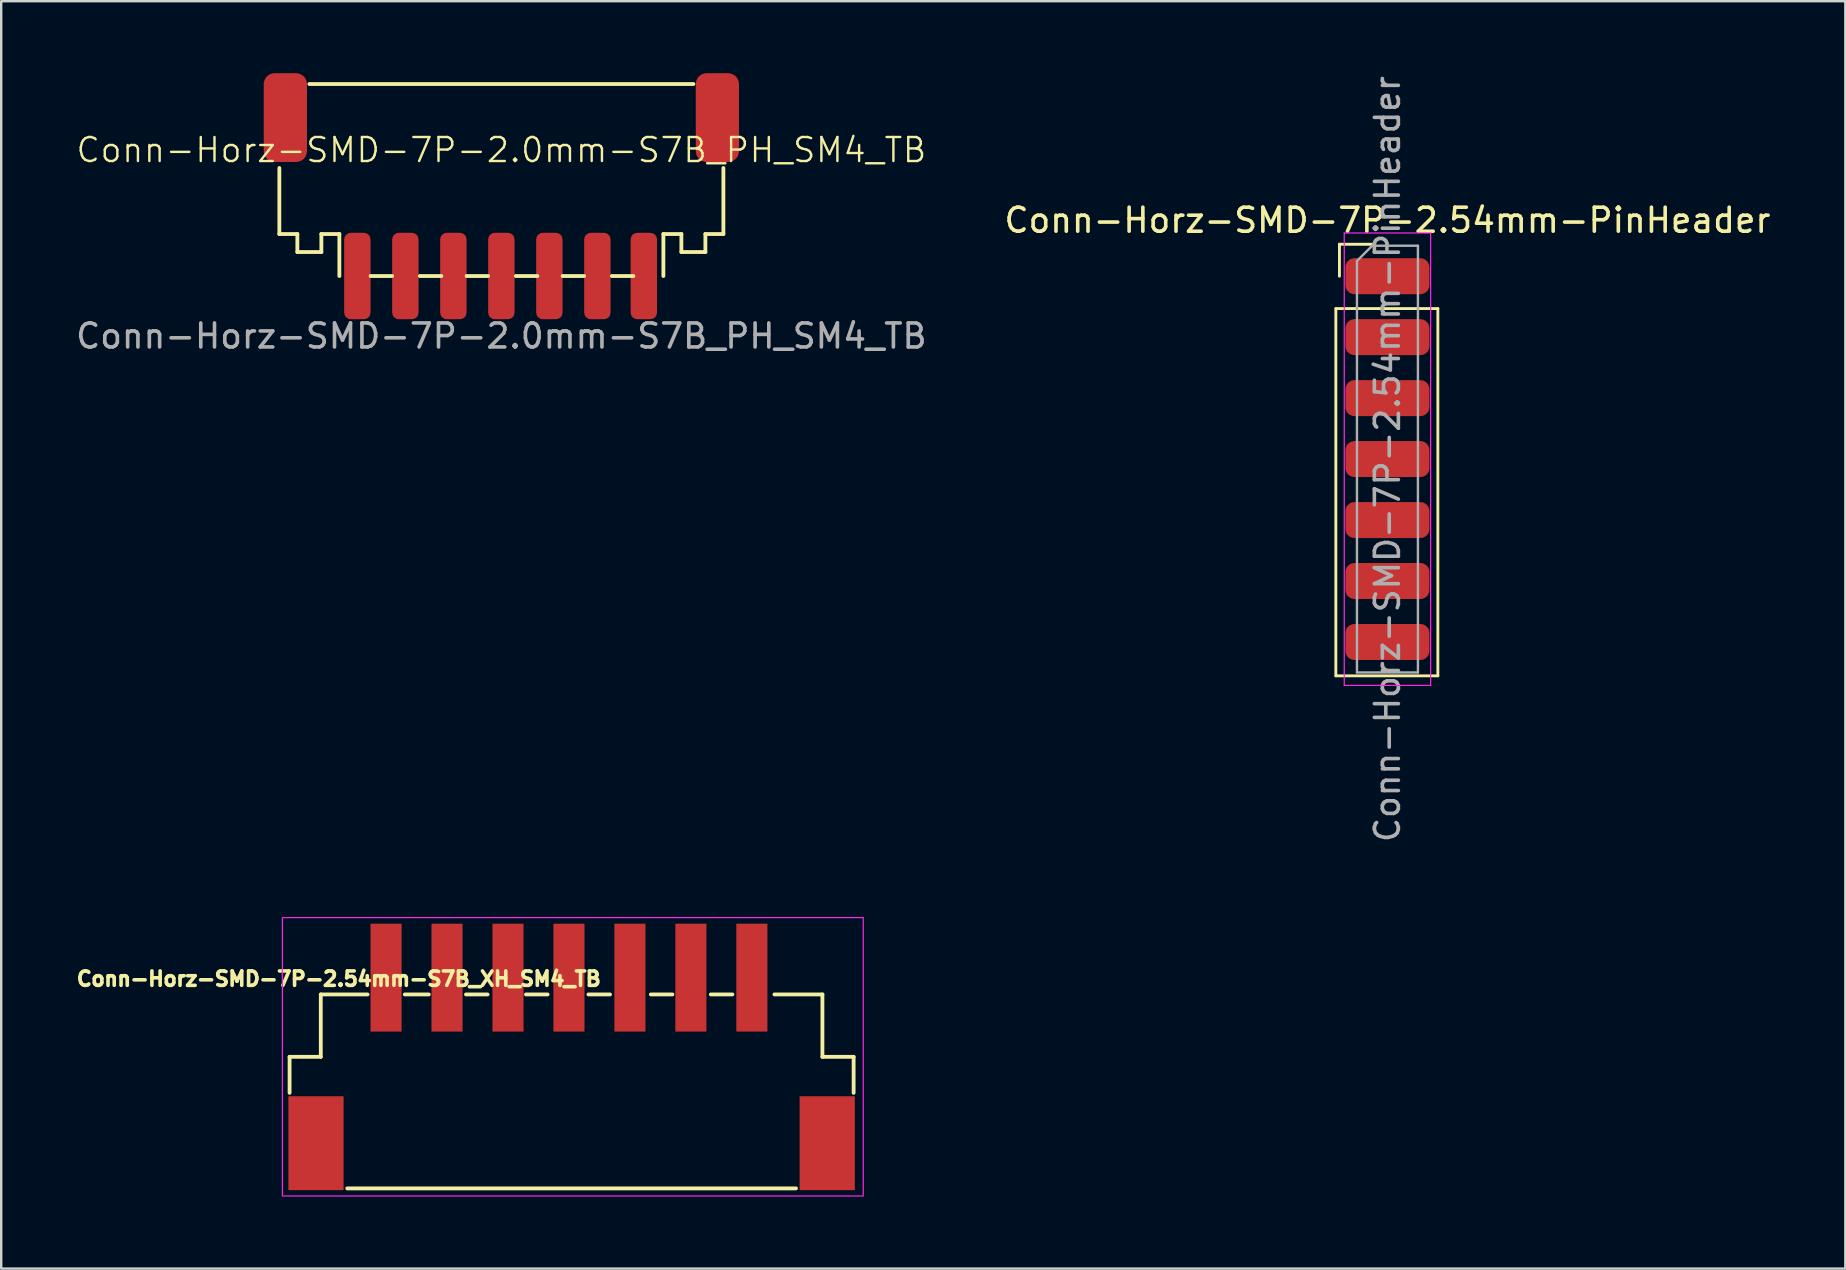
<source format=kicad_pcb>
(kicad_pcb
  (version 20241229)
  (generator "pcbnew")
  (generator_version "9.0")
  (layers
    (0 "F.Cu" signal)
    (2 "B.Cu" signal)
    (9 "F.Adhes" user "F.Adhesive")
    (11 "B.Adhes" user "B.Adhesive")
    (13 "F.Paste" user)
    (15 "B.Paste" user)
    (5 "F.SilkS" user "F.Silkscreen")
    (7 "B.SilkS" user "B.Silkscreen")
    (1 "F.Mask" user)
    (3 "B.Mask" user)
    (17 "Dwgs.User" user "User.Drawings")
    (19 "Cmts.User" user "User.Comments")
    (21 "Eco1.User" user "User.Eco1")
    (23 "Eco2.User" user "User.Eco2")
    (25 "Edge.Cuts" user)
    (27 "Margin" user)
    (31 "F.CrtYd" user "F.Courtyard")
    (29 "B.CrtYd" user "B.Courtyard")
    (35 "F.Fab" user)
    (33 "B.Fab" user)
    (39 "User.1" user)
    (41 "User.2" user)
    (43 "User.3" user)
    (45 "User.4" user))
  (footprint "Conn-Horz-SMD-7P-2.54mm-S7B_XH_SM4_TB"
    (layer "F.Cu")
    (at 20.715 42.58)
    (property "Reference" "Conn-Horz-SMD-7P-2.54mm-S7B_XH_SM4_TB" (at -9.65 -4.848 0) (layer "F.SilkS") (effects (font (size 0.6 0.6) (thickness 0.15))))
    (attr smd)
    (fp_line (start -11.7 -1.598) (end -11.7 -0.098) (stroke (width 0.159) (type solid)) (layer "F.SilkS"))
    (fp_line (start -11.7 -1.598) (end -10.4 -1.598) (stroke (width 0.159) (type solid)) (layer "F.SilkS"))
    (fp_line (start -10.4 -4.198) (end -8.45 -4.198) (stroke (width 0.159) (type solid)) (layer "F.SilkS"))
    (fp_line (start -10.4 -1.598) (end -10.4 -4.198) (stroke (width 0.159) (type solid)) (layer "F.SilkS"))
    (fp_line (start -9.3 3.883) (end 9.4 3.883) (stroke (width 0.159) (type solid)) (layer "F.SilkS"))
    (fp_line (start -6.9 -4.198) (end -5.9 -4.198) (stroke (width 0.159) (type solid)) (layer "F.SilkS"))
    (fp_line (start -4.35 -4.198) (end -3.45 -4.198) (stroke (width 0.159) (type solid)) (layer "F.SilkS"))
    (fp_line (start -1.85 -4.198) (end -0.95 -4.198) (stroke (width 0.159) (type solid)) (layer "F.SilkS"))
    (fp_line (start 0.75 -4.198) (end 1.65 -4.198) (stroke (width 0.159) (type solid)) (layer "F.SilkS"))
    (fp_line (start 3.35 -4.198) (end 4.25 -4.198) (stroke (width 0.159) (type solid)) (layer "F.SilkS"))
    (fp_line (start 5.85 -4.198) (end 6.75 -4.198) (stroke (width 0.159) (type solid)) (layer "F.SilkS"))
    (fp_line (start 10.5 -4.198) (end 8.5 -4.198) (stroke (width 0.159) (type solid)) (layer "F.SilkS"))
    (fp_line (start 10.5 -1.598) (end 10.5 -4.198) (stroke (width 0.159) (type solid)) (layer "F.SilkS"))
    (fp_line (start 11.8 -1.598) (end 10.5 -1.598) (stroke (width 0.159) (type solid)) (layer "F.SilkS"))
    (fp_line (start 11.8 -1.598) (end 11.8 -0.098) (stroke (width 0.159) (type solid)) (layer "F.SilkS"))
    (fp_rect (start -12 -7.4) (end 12.2 4.2) (stroke (width 0.05) (type solid)) (fill no) (layer "F.CrtYd"))
    (pad "1" smd rect (at -7.68 -4.898) (size 1.295 4.496) (layers "F.Cu" "F.Mask" "F.Paste"))
    (pad "2" smd rect (at -5.14 -4.898) (size 1.295 4.496) (layers "F.Cu" "F.Mask" "F.Paste"))
    (pad "3" smd rect (at -2.6 -4.898) (size 1.295 4.496) (layers "F.Cu" "F.Mask" "F.Paste"))
    (pad "4" smd rect (at -0.06 -4.898) (size 1.295 4.496) (layers "F.Cu" "F.Mask" "F.Paste"))
    (pad "5" smd rect (at 2.48 -4.898) (size 1.295 4.496) (layers "F.Cu" "F.Mask" "F.Paste"))
    (pad "6" smd rect (at 5.02 -4.898) (size 1.295 4.496) (layers "F.Cu" "F.Mask" "F.Paste"))
    (pad "7" smd rect (at 7.56 -4.898) (size 1.295 4.496) (layers "F.Cu" "F.Mask" "F.Paste"))
    (pad "S" smd rect (at -10.6 2 90) (size 3.912 2.3) (layers "F.Cu" "F.Mask" "F.Paste"))
    (pad "S" smd rect (at 10.7 2 90) (size 3.912 2.3) (layers "F.Cu" "F.Mask" "F.Paste")))
  (footprint "Conn-Horz-SMD-7P-2.54mm-PinHeader"
    (layer "F.Cu")
    (at 54.756 8.457)
    (property "Reference" "Conn-Horz-SMD-7P-2.54mm-PinHeader" (at 0 -2.33 0) (layer "F.SilkS") (effects (font (size 1 1) (thickness 0.15))))
    (attr through_hole)
    (fp_line (start -2.15 1.35) (end -2.15 16.65) (stroke (width 0.12) (type solid)) (layer "F.SilkS"))
    (fp_line (start -2.15 1.35) (end 2.1 1.35) (stroke (width 0.12) (type solid)) (layer "F.SilkS"))
    (fp_line (start -2.15 16.65) (end 2.1 16.65) (stroke (width 0.12) (type solid)) (layer "F.SilkS"))
    (fp_line (start -2 -1.33) (end -0.67 -1.33) (stroke (width 0.12) (type solid)) (layer "F.SilkS"))
    (fp_line (start -2 0) (end -2 -1.33) (stroke (width 0.12) (type solid)) (layer "F.SilkS"))
    (fp_line (start 2.1 1.35) (end 2.1 16.65) (stroke (width 0.12) (type solid)) (layer "F.SilkS"))
    (fp_line (start -1.8 -1.8) (end -1.8 17.05) (stroke (width 0.05) (type solid)) (layer "F.CrtYd"))
    (fp_line (start -1.8 17.05) (end 1.8 17.05) (stroke (width 0.05) (type solid)) (layer "F.CrtYd"))
    (fp_line (start 1.8 -1.8) (end -1.8 -1.8) (stroke (width 0.05) (type solid)) (layer "F.CrtYd"))
    (fp_line (start 1.8 17.05) (end 1.8 -1.8) (stroke (width 0.05) (type solid)) (layer "F.CrtYd"))
    (fp_line (start -1.27 -0.635) (end -0.635 -1.27) (stroke (width 0.1) (type solid)) (layer "F.Fab"))
    (fp_line (start -1.27 16.51) (end -1.27 -0.635) (stroke (width 0.1) (type solid)) (layer "F.Fab"))
    (fp_line (start -0.635 -1.27) (end 1.27 -1.27) (stroke (width 0.1) (type solid)) (layer "F.Fab"))
    (fp_line (start 1.27 -1.27) (end 1.27 16.51) (stroke (width 0.1) (type solid)) (layer "F.Fab"))
    (fp_line (start 1.27 16.51) (end -1.27 16.51) (stroke (width 0.1) (type solid)) (layer "F.Fab"))
    (fp_text user "${REFERENCE}" (at 0 7.62 90) (layer "F.Fab") (effects (font (size 1 1) (thickness 0.15))))
    (pad "1" smd roundrect (at 0 0 180) (size 3.5 1.5) (layers "F.Cu" "F.Mask" "F.Paste") (roundrect_rratio 0.25))
    (pad "2" smd roundrect (at 0 2.54 180) (size 3.5 1.5) (layers "F.Cu" "F.Mask" "F.Paste") (roundrect_rratio 0.25))
    (pad "3" smd roundrect (at 0 5.08 180) (size 3.5 1.5) (layers "F.Cu" "F.Mask" "F.Paste") (roundrect_rratio 0.25))
    (pad "4" smd roundrect (at 0 7.62 180) (size 3.5 1.5) (layers "F.Cu" "F.Mask" "F.Paste") (roundrect_rratio 0.25))
    (pad "5" smd roundrect (at 0 10.16 180) (size 3.5 1.5) (layers "F.Cu" "F.Mask" "F.Paste") (roundrect_rratio 0.25))
    (pad "6" smd roundrect (at 0 12.7 180) (size 3.5 1.5) (layers "F.Cu" "F.Mask" "F.Paste") (roundrect_rratio 0.25))
    (pad "7" smd roundrect (at 0 15.24 180) (size 3.5 1.5) (layers "F.Cu" "F.Mask" "F.Paste") (roundrect_rratio 0.25)))
  (footprint "Conn-Horz-SMD-7P-2.0mm-S7B_PH_SM4_TB"
    (layer "F.Cu")
    (at 17.839 8.45)
    (property "Reference" "Conn-Horz-SMD-7P-2.0mm-S7B_PH_SM4_TB" (at 0 -5.25 0) (unlocked yes) (layer "F.SilkS") (effects (font (size 1 1) (thickness 0.1))))
    (attr smd)
    (fp_line (start -9.25 -4.5) (end -9.25 -1.75) (stroke (width 0.159) (type solid)) (layer "F.SilkS"))
    (fp_line (start -9.25 -1.75) (end -8.5 -1.75) (stroke (width 0.159) (type solid)) (layer "F.SilkS"))
    (fp_line (start -8.5 -1) (end -8.5 -1.75) (stroke (width 0.159) (type solid)) (layer "F.SilkS"))
    (fp_line (start -7.5 -1) (end -8.5 -1) (stroke (width 0.159) (type solid)) (layer "F.SilkS"))
    (fp_line (start -7.5 -1) (end -7.5 -1.75) (stroke (width 0.159) (type solid)) (layer "F.SilkS"))
    (fp_line (start -6.75 -1.75) (end -7.5 -1.75) (stroke (width 0.159) (type solid)) (layer "F.SilkS"))
    (fp_line (start -6.75 -1.75) (end -6.75 0) (stroke (width 0.159) (type solid)) (layer "F.SilkS"))
    (fp_line (start -4.55 0) (end -5.45 0) (stroke (width 0.159) (type solid)) (layer "F.SilkS"))
    (fp_line (start -2.5 0) (end -3.4 0) (stroke (width 0.159) (type solid)) (layer "F.SilkS"))
    (fp_line (start -0.55 0) (end -1.45 0) (stroke (width 0.159) (type solid)) (layer "F.SilkS"))
    (fp_line (start 1.5 0) (end 0.6 0) (stroke (width 0.159) (type solid)) (layer "F.SilkS"))
    (fp_line (start 3.45 0) (end 2.55 0) (stroke (width 0.159) (type solid)) (layer "F.SilkS"))
    (fp_line (start 5.5 0) (end 4.6 0) (stroke (width 0.159) (type solid)) (layer "F.SilkS"))
    (fp_line (start 6.75 -1.75) (end 6.75 0) (stroke (width 0.159) (type solid)) (layer "F.SilkS"))
    (fp_line (start 6.75 -1.75) (end 7.5 -1.75) (stroke (width 0.159) (type solid)) (layer "F.SilkS"))
    (fp_line (start 7.5 -1) (end 7.5 -1.75) (stroke (width 0.159) (type solid)) (layer "F.SilkS"))
    (fp_line (start 7.5 -1) (end 8.5 -1) (stroke (width 0.159) (type solid)) (layer "F.SilkS"))
    (fp_line (start 8 -8) (end -8 -8) (stroke (width 0.159) (type solid)) (layer "F.SilkS"))
    (fp_line (start 8.5 -1) (end 8.5 -1.75) (stroke (width 0.159) (type solid)) (layer "F.SilkS"))
    (fp_line (start 9.25 -4.5) (end 9.25 -1.75) (stroke (width 0.159) (type solid)) (layer "F.SilkS"))
    (fp_line (start 9.25 -1.75) (end 8.5 -1.75) (stroke (width 0.159) (type solid)) (layer "F.SilkS"))
    (fp_text user "${REFERENCE}" (at 0 2.5 0) (unlocked yes) (layer "F.Fab") (effects (font (size 1 1) (thickness 0.15))))
    (pad "1" smd roundrect (at 5.935 0) (size 1.1 3.6) (layers "F.Cu" "F.Mask" "F.Paste") (roundrect_rratio 0.25))
    (pad "2" smd roundrect (at 4 0) (size 1.1 3.6) (layers "F.Cu" "F.Mask" "F.Paste") (roundrect_rratio 0.25))
    (pad "3" smd roundrect (at 2 0) (size 1.1 3.6) (layers "F.Cu" "F.Mask" "F.Paste") (roundrect_rratio 0.25))
    (pad "4" smd roundrect (at 0 0) (size 1.1 3.6) (layers "F.Cu" "F.Mask" "F.Paste") (roundrect_rratio 0.25))
    (pad "5" smd roundrect (at -2 0) (size 1.1 3.6) (layers "F.Cu" "F.Mask" "F.Paste") (roundrect_rratio 0.25))
    (pad "6" smd roundrect (at -4 0) (size 1.1 3.6) (layers "F.Cu" "F.Mask" "F.Paste") (roundrect_rratio 0.25))
    (pad "7" smd roundrect (at -6 0) (size 1.1 3.6) (layers "F.Cu" "F.Mask" "F.Paste") (roundrect_rratio 0.25))
    (pad "S" smd roundrect (at -9 -6.6) (size 1.8 3.7) (layers "F.Cu" "F.Mask" "F.Paste") (roundrect_rratio 0.25))
    (pad "S" smd roundrect (at 9 -6.6) (size 1.8 3.7) (layers "F.Cu" "F.Mask" "F.Paste") (roundrect_rratio 0.25)))
  (gr_rect
    (start -3 -3)
    (end 73.833 49.805)
    (stroke (width 0.1) (type default))
    (fill no)
    (layer "Edge.Cuts")))
</source>
